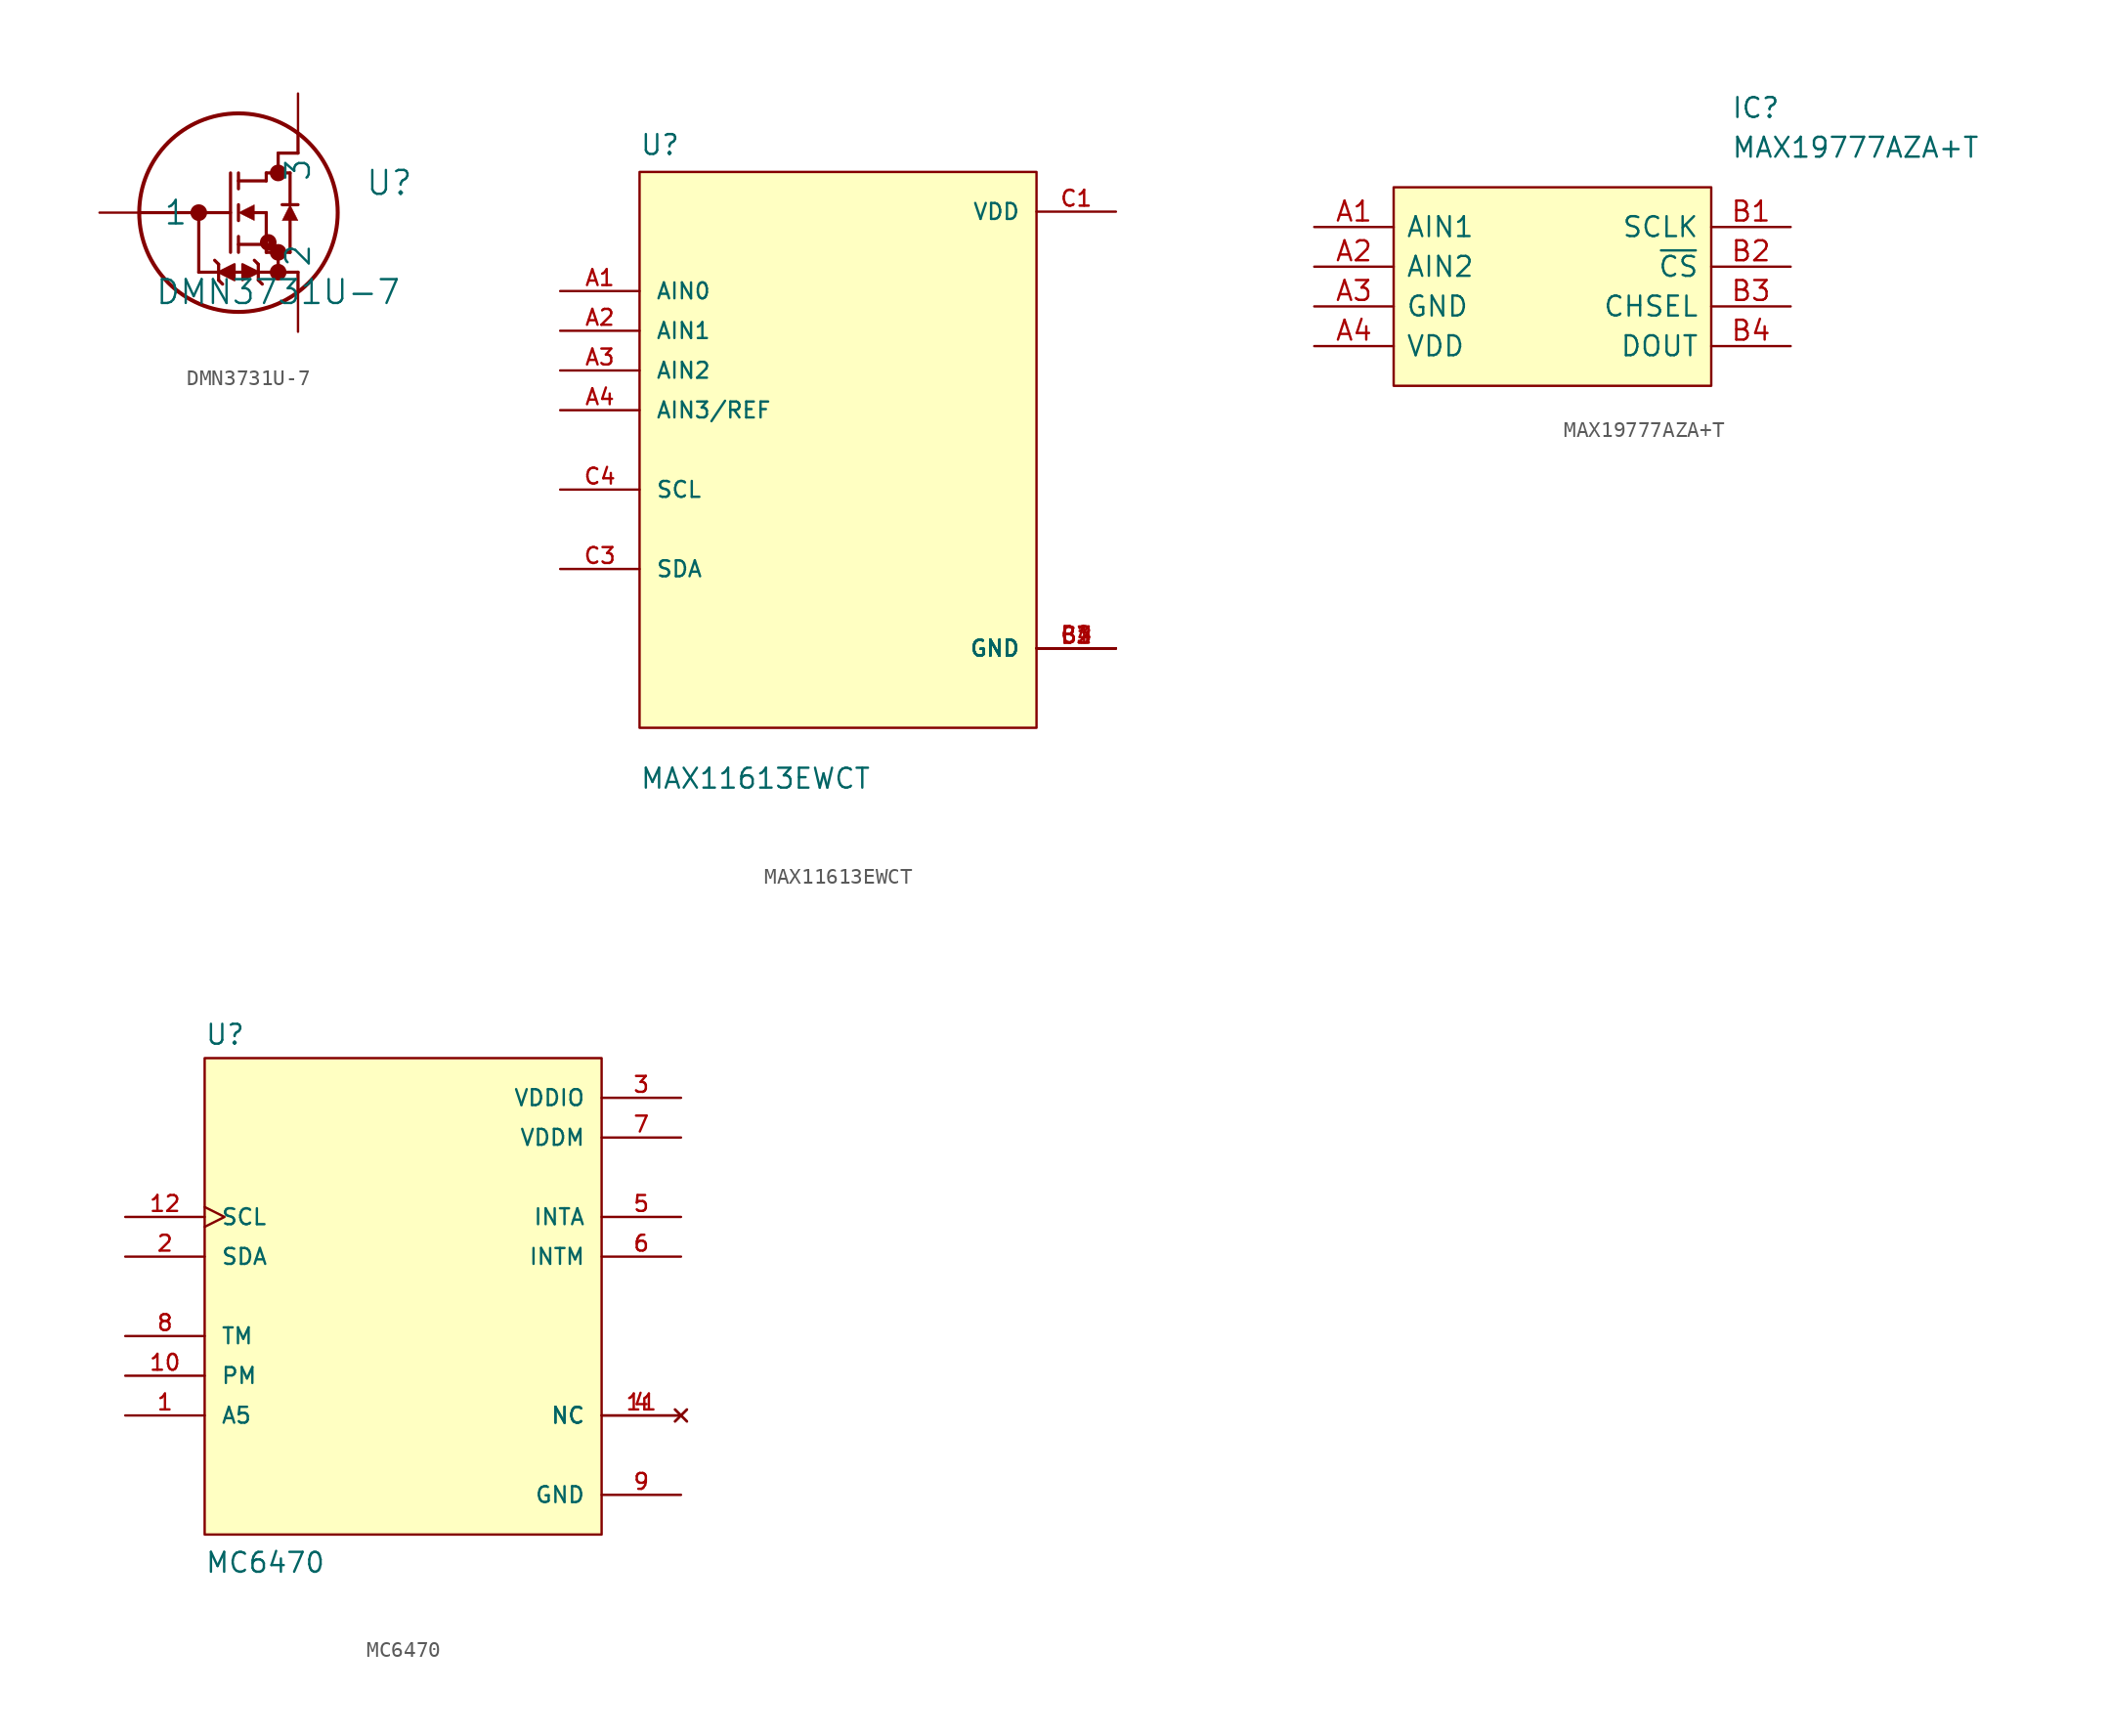
<source format=kicad_sym>
(kicad_symbol_lib
  (version 20211014)
  (generator kicad_symbol_editor)
  (symbol "DMN3731U-7"
    (pin_numbers hide)
    (pin_names
      (offset 1.524))
    (property "Reference" "U"
      (at 18.542 1.905 0)
      (effects (font (size 1.524 1.524))))
    (property "Value" "DMN3731U-7"
      (at 11.43 -5.08 0)
      (effects (font (size 1.524 1.524))))
    (property "Datasheet" ""
      (at 0 0 0)
      (effects (font (size 1.524 1.524))))
    (property "ki_locked" ""
      (at 0 0 0)
      (effects (font (size 1.27 1.27))))
    (symbol "DMN3731U-7_1_1"
      (polyline (pts (xy 2.54 0) (xy 8.382 0)) (stroke (width 0.203) (type default) (color 0 0 0 0)) (fill (type none)))
      (polyline (pts (xy 6.35 -3.81) (xy 7.62 -3.81)) (stroke (width 0.203) (type default) (color 0 0 0 0)) (fill (type none)))
      (polyline (pts (xy 6.35 0) (xy 6.35 -3.81)) (stroke (width 0.203) (type default) (color 0 0 0 0)) (fill (type none)))
      (polyline (pts (xy 7.62 -4.318) (xy 7.62 -3.302)) (stroke (width 0.203) (type default) (color 0 0 0 0)) (fill (type none)))
      (polyline (pts (xy 7.62 -4.318) (xy 7.874 -4.572)) (stroke (width 0.203) (type default) (color 0 0 0 0)) (fill (type none)))
      (polyline (pts (xy 7.62 -3.302) (xy 7.366 -3.048)) (stroke (width 0.203) (type default) (color 0 0 0 0)) (fill (type none)))
      (polyline (pts (xy 8.382 -2.54) (xy 8.382 2.54)) (stroke (width 0.203) (type default) (color 0 0 0 0)) (fill (type none)))
      (polyline (pts (xy 8.636 -3.81) (xy 9.144 -3.81)) (stroke (width 0.203) (type default) (color 0 0 0 0)) (fill (type none)))
      (polyline (pts (xy 8.89 -2.54) (xy 8.89 -1.524)) (stroke (width 0.203) (type default) (color 0 0 0 0)) (fill (type none)))
      (polyline (pts (xy 8.89 -2.032) (xy 10.668 -2.032)) (stroke (width 0.203) (type default) (color 0 0 0 0)) (fill (type none)))
      (polyline (pts (xy 8.89 -0.508) (xy 8.89 0.508)) (stroke (width 0.203) (type default) (color 0 0 0 0)) (fill (type none)))
      (polyline (pts (xy 8.89 1.524) (xy 8.89 2.54)) (stroke (width 0.203) (type default) (color 0 0 0 0)) (fill (type none)))
      (polyline (pts (xy 8.89 2.032) (xy 10.668 2.032)) (stroke (width 0.203) (type default) (color 0 0 0 0)) (fill (type none)))
      (polyline (pts (xy 9.906 0) (xy 10.668 0)) (stroke (width 0.203) (type default) (color 0 0 0 0)) (fill (type none)))
      (polyline (pts (xy 10.16 -4.318) (xy 10.414 -4.572)) (stroke (width 0.203) (type default) (color 0 0 0 0)) (fill (type none)))
      (polyline (pts (xy 10.16 -3.81) (xy 12.7 -3.81)) (stroke (width 0.203) (type default) (color 0 0 0 0)) (fill (type none)))
      (polyline (pts (xy 10.16 -3.302) (xy 9.906 -3.048)) (stroke (width 0.203) (type default) (color 0 0 0 0)) (fill (type none)))
      (polyline (pts (xy 10.16 -3.302) (xy 10.16 -4.318)) (stroke (width 0.203) (type default) (color 0 0 0 0)) (fill (type none)))
      (polyline (pts (xy 10.668 -2.54) (xy 10.668 0)) (stroke (width 0.203) (type default) (color 0 0 0 0)) (fill (type none)))
      (polyline (pts (xy 10.668 -2.54) (xy 12.192 -2.54)) (stroke (width 0.203) (type default) (color 0 0 0 0)) (fill (type none)))
      (polyline (pts (xy 10.668 2.032) (xy 10.668 2.54)) (stroke (width 0.203) (type default) (color 0 0 0 0)) (fill (type none)))
      (polyline (pts (xy 10.668 2.54) (xy 12.192 2.54)) (stroke (width 0.203) (type default) (color 0 0 0 0)) (fill (type none)))
      (polyline (pts (xy 11.43 -2.54) (xy 11.43 -3.81)) (stroke (width 0.203) (type default) (color 0 0 0 0)) (fill (type none)))
      (polyline (pts (xy 11.43 3.81) (xy 11.43 2.54)) (stroke (width 0.203) (type default) (color 0 0 0 0)) (fill (type none)))
      (polyline (pts (xy 11.43 3.81) (xy 12.7 3.81)) (stroke (width 0.203) (type default) (color 0 0 0 0)) (fill (type none)))
      (polyline (pts (xy 12.192 -2.54) (xy 12.192 -0.508)) (stroke (width 0.203) (type default) (color 0 0 0 0)) (fill (type none)))
      (polyline (pts (xy 12.192 0.508) (xy 12.192 2.54)) (stroke (width 0.203) (type default) (color 0 0 0 0)) (fill (type none)))
      (polyline (pts (xy 12.7 -5.08) (xy 12.7 -3.81)) (stroke (width 0.203) (type default) (color 0 0 0 0)) (fill (type none)))
      (polyline (pts (xy 12.7 0.508) (xy 11.684 0.508)) (stroke (width 0.203) (type default) (color 0 0 0 0)) (fill (type none)))
      (polyline (pts (xy 12.7 3.81) (xy 12.7 5.08)) (stroke (width 0.203) (type default) (color 0 0 0 0)) (fill (type none)))
      (polyline (pts (xy 7.62 -3.81) (xy 8.636 -4.318) (xy 8.636 -3.302) (xy 7.62 -3.81)) (stroke (width 0) (type default) (color 0 0 0 0)) (fill (type outline)))
      (polyline (pts (xy 9.906 0.508) (xy 8.89 0) (xy 9.906 -0.508) (xy 9.906 0.508)) (stroke (width 0.025) (type default) (color 0 0 0 0)) (fill (type outline)))
      (polyline (pts (xy 10.16 -3.81) (xy 9.144 -3.302) (xy 9.144 -4.318) (xy 10.16 -3.81)) (stroke (width 0) (type default) (color 0 0 0 0)) (fill (type outline)))
      (polyline (pts (xy 12.7 -0.508) (xy 11.684 -0.508) (xy 12.192 0.508) (xy 12.7 -0.508)) (stroke (width 0.025) (type default) (color 0 0 0 0)) (fill (type outline)))
      (circle (center 6.35 0) (radius 0.025) (stroke (width 0.508) (type default) (color 0 0 0 0)) (fill (type none)))
      (circle (center 8.89 0) (radius 6.35) (stroke (width 0.254) (type default) (color 0 0 0 0)) (fill (type none)))
      (circle (center 10.795 -1.905) (radius 0.025) (stroke (width 0.508) (type default) (color 0 0 0 0)) (fill (type none)))
      (circle (center 11.43 -3.81) (radius 0.025) (stroke (width 0.508) (type default) (color 0 0 0 0)) (fill (type none)))
      (circle (center 11.43 -2.54) (radius 0.025) (stroke (width 0.508) (type default) (color 0 0 0 0)) (fill (type none)))
      (circle (center 11.43 2.54) (radius 0.025) (stroke (width 0.508) (type default) (color 0 0 0 0)) (fill (type none)))
      (pin unspecified line (at 0 0 0) (length 2.54) (name "1" (effects (font (size 1.499 1.499)))) (number "1" (effects (font (size 1.499 1.499)))))
      (pin unspecified line (at 12.7 -7.62 90) (length 2.54) (name "2" (effects (font (size 1.499 1.499)))) (number "2" (effects (font (size 1.499 1.499)))))
      (pin unspecified line (at 12.7 7.62 270) (length 2.54) (name "3" (effects (font (size 1.499 1.499)))) (number "3" (effects (font (size 1.499 1.499)))))))
  (symbol "MAX11613EWCT"
    (pin_names
      (offset 1.016))
    (property "Reference" "U"
      (at -12.7 18.771 0)
      (effects (font (size 1.27 1.27)) (justify left bottom)))
    (property "Value" "MAX11613EWCT"
      (at -12.7 -21.768 0)
      (effects (font (size 1.27 1.27)) (justify left bottom)))
    (symbol "MAX11613EWCT_0_0"
      (rectangle (start -12.7 -17.78) (end 12.7 17.78) (stroke (width 0) (type default) (color 0 0 0 0)) (fill (type background)))
      (pin input line (at -17.78 10.16 0) (length 5.08) (name "AIN0" (effects (font (size 1.016 1.016)))) (number "A1" (effects (font (size 1.016 1.016)))))
      (pin input line (at -17.78 7.62 0) (length 5.08) (name "AIN1" (effects (font (size 1.016 1.016)))) (number "A2" (effects (font (size 1.016 1.016)))))
      (pin input line (at -17.78 5.08 0) (length 5.08) (name "AIN2" (effects (font (size 1.016 1.016)))) (number "A3" (effects (font (size 1.016 1.016)))))
      (pin input line (at -17.78 2.54 0) (length 5.08) (name "AIN3/REF" (effects (font (size 1.016 1.016)))) (number "A4" (effects (font (size 1.016 1.016)))))
      (pin power_in line (at 17.78 -12.7 180) (length 5.08) (name "GND" (effects (font (size 1.016 1.016)))) (number "B1" (effects (font (size 1.016 1.016)))))
      (pin power_in line (at 17.78 -12.7 180) (length 5.08) (name "GND" (effects (font (size 1.016 1.016)))) (number "B2" (effects (font (size 1.016 1.016)))))
      (pin power_in line (at 17.78 -12.7 180) (length 5.08) (name "GND" (effects (font (size 1.016 1.016)))) (number "B3" (effects (font (size 1.016 1.016)))))
      (pin power_in line (at 17.78 -12.7 180) (length 5.08) (name "GND" (effects (font (size 1.016 1.016)))) (number "B4" (effects (font (size 1.016 1.016)))))
      (pin power_in line (at 17.78 15.24 180) (length 5.08) (name "VDD" (effects (font (size 1.016 1.016)))) (number "C1" (effects (font (size 1.016 1.016)))))
      (pin power_in line (at 17.78 -12.7 180) (length 5.08) (name "GND" (effects (font (size 1.016 1.016)))) (number "C2" (effects (font (size 1.016 1.016)))))
      (pin bidirectional line (at -17.78 -7.62 0) (length 5.08) (name "SDA" (effects (font (size 1.016 1.016)))) (number "C3" (effects (font (size 1.016 1.016)))))
      (pin bidirectional line (at -17.78 -2.54 0) (length 5.08) (name "SCL" (effects (font (size 1.016 1.016)))) (number "C4" (effects (font (size 1.016 1.016)))))))
  (symbol "MAX19777AZA+T"
    (pin_names
      (offset 0.762))
    (property "Reference" "IC"
      (at 26.67 7.62 0)
      (effects (font (size 1.27 1.27)) (justify left)))
    (property "Value" "MAX19777AZA+T"
      (at 26.67 5.08 0)
      (effects (font (size 1.27 1.27)) (justify left)))
    (symbol "MAX19777AZA+T_0_0"
      (pin passive line (at 0 0 0) (length 5.08) (name "AIN1" (effects (font (size 1.27 1.27)))) (number "A1" (effects (font (size 1.27 1.27)))))
      (pin passive line (at 0 -2.54 0) (length 5.08) (name "AIN2" (effects (font (size 1.27 1.27)))) (number "A2" (effects (font (size 1.27 1.27)))))
      (pin passive line (at 0 -5.08 0) (length 5.08) (name "GND" (effects (font (size 1.27 1.27)))) (number "A3" (effects (font (size 1.27 1.27)))))
      (pin passive line (at 0 -7.62 0) (length 5.08) (name "VDD" (effects (font (size 1.27 1.27)))) (number "A4" (effects (font (size 1.27 1.27)))))
      (pin passive line (at 30.48 0 180) (length 5.08) (name "SCLK" (effects (font (size 1.27 1.27)))) (number "B1" (effects (font (size 1.27 1.27)))))
      (pin passive line (at 30.48 -2.54 180) (length 5.08) (name "~{CS}" (effects (font (size 1.27 1.27)))) (number "B2" (effects (font (size 1.27 1.27)))))
      (pin passive line (at 30.48 -5.08 180) (length 5.08) (name "CHSEL" (effects (font (size 1.27 1.27)))) (number "B3" (effects (font (size 1.27 1.27)))))
      (pin passive line (at 30.48 -7.62 180) (length 5.08) (name "DOUT" (effects (font (size 1.27 1.27)))) (number "B4" (effects (font (size 1.27 1.27))))))
    (symbol "MAX19777AZA+T_0_1"
      (polyline (pts (xy 5.08 2.54) (xy 25.4 2.54) (xy 25.4 -10.16) (xy 5.08 -10.16) (xy 5.08 2.54)) (stroke (width 0) (type default) (color 0 0 0 0)) (fill (type background)))))
  (symbol "MC6470"
    (pin_names
      (offset 1.016))
    (property "Reference" "U"
      (at -12.7 16.002 0)
      (effects (font (size 1.27 1.27)) (justify left bottom)))
    (property "Value" "MC6470"
      (at -12.7 -17.78 0)
      (effects (font (size 1.27 1.27)) (justify left bottom)))
    (symbol "MC6470_0_0"
      (rectangle (start -12.7 -15.24) (end 12.7 15.24) (stroke (width 0) (type default) (color 0 0 0 0)) (fill (type background)))
      (pin input line (at -17.78 -7.62 0) (length 5.08) (name "A5" (effects (font (size 1.016 1.016)))) (number "1" (effects (font (size 1.016 1.016)))))
      (pin input line (at -17.78 -5.08 0) (length 5.08) (name "PM" (effects (font (size 1.016 1.016)))) (number "10" (effects (font (size 1.016 1.016)))))
      (pin no_connect line (at 17.78 -7.62 180) (length 5.08) (name "NC" (effects (font (size 1.016 1.016)))) (number "11" (effects (font (size 1.016 1.016)))))
      (pin input clock (at -17.78 5.08 0) (length 5.08) (name "SCL" (effects (font (size 1.016 1.016)))) (number "12" (effects (font (size 1.016 1.016)))))
      (pin bidirectional line (at -17.78 2.54 0) (length 5.08) (name "SDA" (effects (font (size 1.016 1.016)))) (number "2" (effects (font (size 1.016 1.016)))))
      (pin power_in line (at 17.78 12.7 180) (length 5.08) (name "VDDIO" (effects (font (size 1.016 1.016)))) (number "3" (effects (font (size 1.016 1.016)))))
      (pin no_connect line (at 17.78 -7.62 180) (length 5.08) (name "NC" (effects (font (size 1.016 1.016)))) (number "4" (effects (font (size 1.016 1.016)))))
      (pin output line (at 17.78 5.08 180) (length 5.08) (name "INTA" (effects (font (size 1.016 1.016)))) (number "5" (effects (font (size 1.016 1.016)))))
      (pin output line (at 17.78 2.54 180) (length 5.08) (name "INTM" (effects (font (size 1.016 1.016)))) (number "6" (effects (font (size 1.016 1.016)))))
      (pin power_in line (at 17.78 10.16 180) (length 5.08) (name "VDDM" (effects (font (size 1.016 1.016)))) (number "7" (effects (font (size 1.016 1.016)))))
      (pin input line (at -17.78 -2.54 0) (length 5.08) (name "TM" (effects (font (size 1.016 1.016)))) (number "8" (effects (font (size 1.016 1.016)))))
      (pin power_in line (at 17.78 -12.7 180) (length 5.08) (name "GND" (effects (font (size 1.016 1.016)))) (number "9" (effects (font (size 1.016 1.016))))))))
</source>
